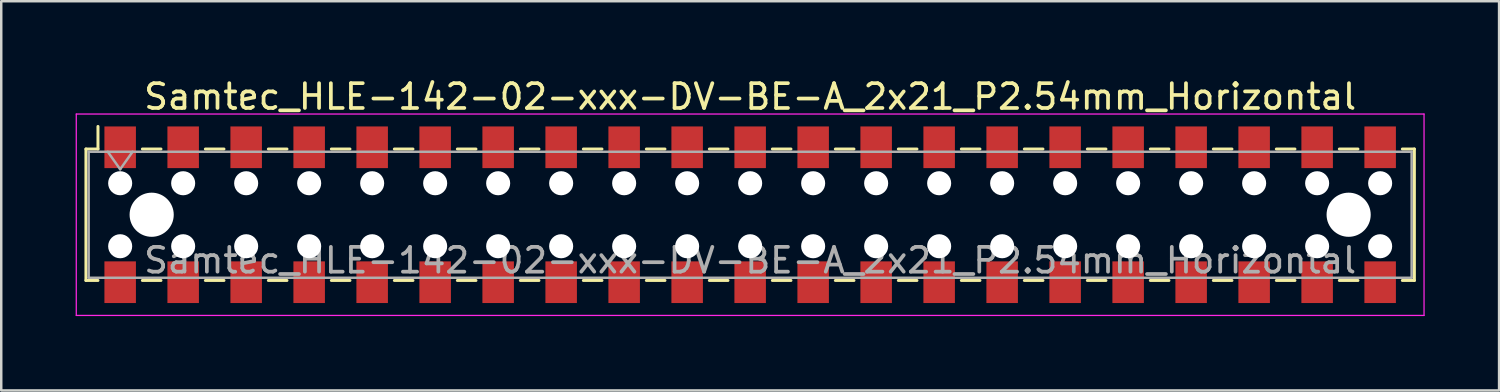
<source format=kicad_pcb>
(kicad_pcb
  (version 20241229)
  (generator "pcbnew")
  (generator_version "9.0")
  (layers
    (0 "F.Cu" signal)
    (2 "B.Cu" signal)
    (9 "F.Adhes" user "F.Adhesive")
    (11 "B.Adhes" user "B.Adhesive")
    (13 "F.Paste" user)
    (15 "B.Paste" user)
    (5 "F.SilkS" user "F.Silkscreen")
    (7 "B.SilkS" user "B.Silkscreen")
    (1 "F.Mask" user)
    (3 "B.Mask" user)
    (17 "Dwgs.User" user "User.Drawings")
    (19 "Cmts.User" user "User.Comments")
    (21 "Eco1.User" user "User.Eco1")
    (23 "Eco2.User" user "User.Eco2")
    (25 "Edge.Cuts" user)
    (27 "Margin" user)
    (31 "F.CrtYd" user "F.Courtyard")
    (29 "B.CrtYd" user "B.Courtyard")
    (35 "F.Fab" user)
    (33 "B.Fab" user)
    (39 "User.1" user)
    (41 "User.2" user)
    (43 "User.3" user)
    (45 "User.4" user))
  (footprint "Samtec_HLE-142-02-xxx-DV-BE-A_2x21_P2.54mm_Horizontal"
    (layer "F.Cu")
    (at 27.195 5.608)
    (property "Reference" "Samtec_HLE-142-02-xxx-DV-BE-A_2x21_P2.54mm_Horizontal" (at 0 -4.76 0) (layer "F.SilkS") (effects (font (size 1 1) (thickness 0.15))))
    (attr smd)
    (fp_line (start -26.78 -2.65) (end -26.78 2.65) (stroke (width 0.12) (type solid)) (layer "F.SilkS"))
    (fp_line (start -26.78 2.65) (end -26.295 2.65) (stroke (width 0.12) (type solid)) (layer "F.SilkS"))
    (fp_line (start -26.295 -3.56) (end -26.295 -2.65) (stroke (width 0.12) (type solid)) (layer "F.SilkS"))
    (fp_line (start -26.295 -2.65) (end -26.78 -2.65) (stroke (width 0.12) (type solid)) (layer "F.SilkS"))
    (fp_line (start -24.505 -2.65) (end -23.755 -2.65) (stroke (width 0.12) (type solid)) (layer "F.SilkS"))
    (fp_line (start -24.505 2.65) (end -23.755 2.65) (stroke (width 0.12) (type solid)) (layer "F.SilkS"))
    (fp_line (start -21.965 -2.65) (end -21.215 -2.65) (stroke (width 0.12) (type solid)) (layer "F.SilkS"))
    (fp_line (start -21.965 2.65) (end -21.215 2.65) (stroke (width 0.12) (type solid)) (layer "F.SilkS"))
    (fp_line (start -19.425 -2.65) (end -18.675 -2.65) (stroke (width 0.12) (type solid)) (layer "F.SilkS"))
    (fp_line (start -19.425 2.65) (end -18.675 2.65) (stroke (width 0.12) (type solid)) (layer "F.SilkS"))
    (fp_line (start -16.885 -2.65) (end -16.135 -2.65) (stroke (width 0.12) (type solid)) (layer "F.SilkS"))
    (fp_line (start -16.885 2.65) (end -16.135 2.65) (stroke (width 0.12) (type solid)) (layer "F.SilkS"))
    (fp_line (start -14.345 -2.65) (end -13.595 -2.65) (stroke (width 0.12) (type solid)) (layer "F.SilkS"))
    (fp_line (start -14.345 2.65) (end -13.595 2.65) (stroke (width 0.12) (type solid)) (layer "F.SilkS"))
    (fp_line (start -11.805 -2.65) (end -11.055 -2.65) (stroke (width 0.12) (type solid)) (layer "F.SilkS"))
    (fp_line (start -11.805 2.65) (end -11.055 2.65) (stroke (width 0.12) (type solid)) (layer "F.SilkS"))
    (fp_line (start -9.265 -2.65) (end -8.515 -2.65) (stroke (width 0.12) (type solid)) (layer "F.SilkS"))
    (fp_line (start -9.265 2.65) (end -8.515 2.65) (stroke (width 0.12) (type solid)) (layer "F.SilkS"))
    (fp_line (start -6.725 -2.65) (end -5.975 -2.65) (stroke (width 0.12) (type solid)) (layer "F.SilkS"))
    (fp_line (start -6.725 2.65) (end -5.975 2.65) (stroke (width 0.12) (type solid)) (layer "F.SilkS"))
    (fp_line (start -4.185 -2.65) (end -3.435 -2.65) (stroke (width 0.12) (type solid)) (layer "F.SilkS"))
    (fp_line (start -4.185 2.65) (end -3.435 2.65) (stroke (width 0.12) (type solid)) (layer "F.SilkS"))
    (fp_line (start -1.645 -2.65) (end -0.895 -2.65) (stroke (width 0.12) (type solid)) (layer "F.SilkS"))
    (fp_line (start -1.645 2.65) (end -0.895 2.65) (stroke (width 0.12) (type solid)) (layer "F.SilkS"))
    (fp_line (start 0.895 -2.65) (end 1.645 -2.65) (stroke (width 0.12) (type solid)) (layer "F.SilkS"))
    (fp_line (start 0.895 2.65) (end 1.645 2.65) (stroke (width 0.12) (type solid)) (layer "F.SilkS"))
    (fp_line (start 3.435 -2.65) (end 4.185 -2.65) (stroke (width 0.12) (type solid)) (layer "F.SilkS"))
    (fp_line (start 3.435 2.65) (end 4.185 2.65) (stroke (width 0.12) (type solid)) (layer "F.SilkS"))
    (fp_line (start 5.975 -2.65) (end 6.725 -2.65) (stroke (width 0.12) (type solid)) (layer "F.SilkS"))
    (fp_line (start 5.975 2.65) (end 6.725 2.65) (stroke (width 0.12) (type solid)) (layer "F.SilkS"))
    (fp_line (start 8.515 -2.65) (end 9.265 -2.65) (stroke (width 0.12) (type solid)) (layer "F.SilkS"))
    (fp_line (start 8.515 2.65) (end 9.265 2.65) (stroke (width 0.12) (type solid)) (layer "F.SilkS"))
    (fp_line (start 11.055 -2.65) (end 11.805 -2.65) (stroke (width 0.12) (type solid)) (layer "F.SilkS"))
    (fp_line (start 11.055 2.65) (end 11.805 2.65) (stroke (width 0.12) (type solid)) (layer "F.SilkS"))
    (fp_line (start 13.595 -2.65) (end 14.345 -2.65) (stroke (width 0.12) (type solid)) (layer "F.SilkS"))
    (fp_line (start 13.595 2.65) (end 14.345 2.65) (stroke (width 0.12) (type solid)) (layer "F.SilkS"))
    (fp_line (start 16.135 -2.65) (end 16.885 -2.65) (stroke (width 0.12) (type solid)) (layer "F.SilkS"))
    (fp_line (start 16.135 2.65) (end 16.885 2.65) (stroke (width 0.12) (type solid)) (layer "F.SilkS"))
    (fp_line (start 18.675 -2.65) (end 19.425 -2.65) (stroke (width 0.12) (type solid)) (layer "F.SilkS"))
    (fp_line (start 18.675 2.65) (end 19.425 2.65) (stroke (width 0.12) (type solid)) (layer "F.SilkS"))
    (fp_line (start 21.215 -2.65) (end 21.965 -2.65) (stroke (width 0.12) (type solid)) (layer "F.SilkS"))
    (fp_line (start 21.215 2.65) (end 21.965 2.65) (stroke (width 0.12) (type solid)) (layer "F.SilkS"))
    (fp_line (start 23.755 -2.65) (end 24.505 -2.65) (stroke (width 0.12) (type solid)) (layer "F.SilkS"))
    (fp_line (start 23.755 2.65) (end 24.505 2.65) (stroke (width 0.12) (type solid)) (layer "F.SilkS"))
    (fp_line (start 26.295 -2.65) (end 26.78 -2.65) (stroke (width 0.12) (type solid)) (layer "F.SilkS"))
    (fp_line (start 26.78 -2.65) (end 26.78 2.65) (stroke (width 0.12) (type solid)) (layer "F.SilkS"))
    (fp_line (start 26.78 2.65) (end 26.295 2.65) (stroke (width 0.12) (type solid)) (layer "F.SilkS"))
    (fp_line (start -27.17 -4.06) (end 27.17 -4.06) (stroke (width 0.05) (type solid)) (layer "F.CrtYd"))
    (fp_line (start -27.17 4.06) (end -27.17 -4.06) (stroke (width 0.05) (type solid)) (layer "F.CrtYd"))
    (fp_line (start 27.17 -4.06) (end 27.17 4.06) (stroke (width 0.05) (type solid)) (layer "F.CrtYd"))
    (fp_line (start 27.17 4.06) (end -27.17 4.06) (stroke (width 0.05) (type solid)) (layer "F.CrtYd"))
    (fp_line (start -26.67 -2.54) (end 26.67 -2.54) (stroke (width 0.1) (type solid)) (layer "F.Fab"))
    (fp_line (start -26.67 2.54) (end -26.67 -2.54) (stroke (width 0.1) (type solid)) (layer "F.Fab"))
    (fp_line (start -25.9 -2.54) (end -25.4 -1.833) (stroke (width 0.1) (type solid)) (layer "F.Fab"))
    (fp_line (start -25.4 -1.833) (end -24.9 -2.54) (stroke (width 0.1) (type solid)) (layer "F.Fab"))
    (fp_line (start 26.67 -2.54) (end 26.67 2.54) (stroke (width 0.1) (type solid)) (layer "F.Fab"))
    (fp_line (start 26.67 2.54) (end -26.67 2.54) (stroke (width 0.1) (type solid)) (layer "F.Fab"))
    (fp_text user "${REFERENCE}" (at 0 1.84 0) (layer "F.Fab") (effects (font (size 1 1) (thickness 0.15))))
    (pad "" np_thru_hole circle (at -25.4 -1.27) (size 0.97 0.97) (drill 0.97) (layers "*.Cu" "*.Mask"))
    (pad "" np_thru_hole circle (at -25.4 1.27) (size 0.97 0.97) (drill 0.97) (layers "*.Cu" "*.Mask"))
    (pad "" np_thru_hole circle (at -24.13 0) (size 1.78 1.78) (drill 1.78) (layers "*.Cu" "*.Mask"))
    (pad "" np_thru_hole circle (at -22.86 -1.27) (size 0.97 0.97) (drill 0.97) (layers "*.Cu" "*.Mask"))
    (pad "" np_thru_hole circle (at -22.86 1.27) (size 0.97 0.97) (drill 0.97) (layers "*.Cu" "*.Mask"))
    (pad "" np_thru_hole circle (at -20.32 -1.27) (size 0.97 0.97) (drill 0.97) (layers "*.Cu" "*.Mask"))
    (pad "" np_thru_hole circle (at -20.32 1.27) (size 0.97 0.97) (drill 0.97) (layers "*.Cu" "*.Mask"))
    (pad "" np_thru_hole circle (at -17.78 -1.27) (size 0.97 0.97) (drill 0.97) (layers "*.Cu" "*.Mask"))
    (pad "" np_thru_hole circle (at -17.78 1.27) (size 0.97 0.97) (drill 0.97) (layers "*.Cu" "*.Mask"))
    (pad "" np_thru_hole circle (at -15.24 -1.27) (size 0.97 0.97) (drill 0.97) (layers "*.Cu" "*.Mask"))
    (pad "" np_thru_hole circle (at -15.24 1.27) (size 0.97 0.97) (drill 0.97) (layers "*.Cu" "*.Mask"))
    (pad "" np_thru_hole circle (at -12.7 -1.27) (size 0.97 0.97) (drill 0.97) (layers "*.Cu" "*.Mask"))
    (pad "" np_thru_hole circle (at -12.7 1.27) (size 0.97 0.97) (drill 0.97) (layers "*.Cu" "*.Mask"))
    (pad "" np_thru_hole circle (at -10.16 -1.27) (size 0.97 0.97) (drill 0.97) (layers "*.Cu" "*.Mask"))
    (pad "" np_thru_hole circle (at -10.16 1.27) (size 0.97 0.97) (drill 0.97) (layers "*.Cu" "*.Mask"))
    (pad "" np_thru_hole circle (at -7.62 -1.27) (size 0.97 0.97) (drill 0.97) (layers "*.Cu" "*.Mask"))
    (pad "" np_thru_hole circle (at -7.62 1.27) (size 0.97 0.97) (drill 0.97) (layers "*.Cu" "*.Mask"))
    (pad "" np_thru_hole circle (at -5.08 -1.27) (size 0.97 0.97) (drill 0.97) (layers "*.Cu" "*.Mask"))
    (pad "" np_thru_hole circle (at -5.08 1.27) (size 0.97 0.97) (drill 0.97) (layers "*.Cu" "*.Mask"))
    (pad "" np_thru_hole circle (at -2.54 -1.27) (size 0.97 0.97) (drill 0.97) (layers "*.Cu" "*.Mask"))
    (pad "" np_thru_hole circle (at -2.54 1.27) (size 0.97 0.97) (drill 0.97) (layers "*.Cu" "*.Mask"))
    (pad "" np_thru_hole circle (at 0 -1.27) (size 0.97 0.97) (drill 0.97) (layers "*.Cu" "*.Mask"))
    (pad "" np_thru_hole circle (at 0 1.27) (size 0.97 0.97) (drill 0.97) (layers "*.Cu" "*.Mask"))
    (pad "" np_thru_hole circle (at 2.54 -1.27) (size 0.97 0.97) (drill 0.97) (layers "*.Cu" "*.Mask"))
    (pad "" np_thru_hole circle (at 2.54 1.27) (size 0.97 0.97) (drill 0.97) (layers "*.Cu" "*.Mask"))
    (pad "" np_thru_hole circle (at 5.08 -1.27) (size 0.97 0.97) (drill 0.97) (layers "*.Cu" "*.Mask"))
    (pad "" np_thru_hole circle (at 5.08 1.27) (size 0.97 0.97) (drill 0.97) (layers "*.Cu" "*.Mask"))
    (pad "" np_thru_hole circle (at 7.62 -1.27) (size 0.97 0.97) (drill 0.97) (layers "*.Cu" "*.Mask"))
    (pad "" np_thru_hole circle (at 7.62 1.27) (size 0.97 0.97) (drill 0.97) (layers "*.Cu" "*.Mask"))
    (pad "" np_thru_hole circle (at 10.16 -1.27) (size 0.97 0.97) (drill 0.97) (layers "*.Cu" "*.Mask"))
    (pad "" np_thru_hole circle (at 10.16 1.27) (size 0.97 0.97) (drill 0.97) (layers "*.Cu" "*.Mask"))
    (pad "" np_thru_hole circle (at 12.7 -1.27) (size 0.97 0.97) (drill 0.97) (layers "*.Cu" "*.Mask"))
    (pad "" np_thru_hole circle (at 12.7 1.27) (size 0.97 0.97) (drill 0.97) (layers "*.Cu" "*.Mask"))
    (pad "" np_thru_hole circle (at 15.24 -1.27) (size 0.97 0.97) (drill 0.97) (layers "*.Cu" "*.Mask"))
    (pad "" np_thru_hole circle (at 15.24 1.27) (size 0.97 0.97) (drill 0.97) (layers "*.Cu" "*.Mask"))
    (pad "" np_thru_hole circle (at 17.78 -1.27) (size 0.97 0.97) (drill 0.97) (layers "*.Cu" "*.Mask"))
    (pad "" np_thru_hole circle (at 17.78 1.27) (size 0.97 0.97) (drill 0.97) (layers "*.Cu" "*.Mask"))
    (pad "" np_thru_hole circle (at 20.32 -1.27) (size 0.97 0.97) (drill 0.97) (layers "*.Cu" "*.Mask"))
    (pad "" np_thru_hole circle (at 20.32 1.27) (size 0.97 0.97) (drill 0.97) (layers "*.Cu" "*.Mask"))
    (pad "" np_thru_hole circle (at 22.86 -1.27) (size 0.97 0.97) (drill 0.97) (layers "*.Cu" "*.Mask"))
    (pad "" np_thru_hole circle (at 22.86 1.27) (size 0.97 0.97) (drill 0.97) (layers "*.Cu" "*.Mask"))
    (pad "" np_thru_hole circle (at 24.13 0) (size 1.78 1.78) (drill 1.78) (layers "*.Cu" "*.Mask"))
    (pad "" np_thru_hole circle (at 25.4 -1.27) (size 0.97 0.97) (drill 0.97) (layers "*.Cu" "*.Mask"))
    (pad "" np_thru_hole circle (at 25.4 1.27) (size 0.97 0.97) (drill 0.97) (layers "*.Cu" "*.Mask"))
    (pad "1" smd rect (at -25.4 -2.72) (size 1.27 1.68) (layers "F.Cu" "F.Mask" "F.Paste"))
    (pad "2" smd rect (at -25.4 2.72) (size 1.27 1.68) (layers "F.Cu" "F.Mask" "F.Paste"))
    (pad "3" smd rect (at -22.86 -2.72) (size 1.27 1.68) (layers "F.Cu" "F.Mask" "F.Paste"))
    (pad "4" smd rect (at -22.86 2.72) (size 1.27 1.68) (layers "F.Cu" "F.Mask" "F.Paste"))
    (pad "5" smd rect (at -20.32 -2.72) (size 1.27 1.68) (layers "F.Cu" "F.Mask" "F.Paste"))
    (pad "6" smd rect (at -20.32 2.72) (size 1.27 1.68) (layers "F.Cu" "F.Mask" "F.Paste"))
    (pad "7" smd rect (at -17.78 -2.72) (size 1.27 1.68) (layers "F.Cu" "F.Mask" "F.Paste"))
    (pad "8" smd rect (at -17.78 2.72) (size 1.27 1.68) (layers "F.Cu" "F.Mask" "F.Paste"))
    (pad "9" smd rect (at -15.24 -2.72) (size 1.27 1.68) (layers "F.Cu" "F.Mask" "F.Paste"))
    (pad "10" smd rect (at -15.24 2.72) (size 1.27 1.68) (layers "F.Cu" "F.Mask" "F.Paste"))
    (pad "11" smd rect (at -12.7 -2.72) (size 1.27 1.68) (layers "F.Cu" "F.Mask" "F.Paste"))
    (pad "12" smd rect (at -12.7 2.72) (size 1.27 1.68) (layers "F.Cu" "F.Mask" "F.Paste"))
    (pad "13" smd rect (at -10.16 -2.72) (size 1.27 1.68) (layers "F.Cu" "F.Mask" "F.Paste"))
    (pad "14" smd rect (at -10.16 2.72) (size 1.27 1.68) (layers "F.Cu" "F.Mask" "F.Paste"))
    (pad "15" smd rect (at -7.62 -2.72) (size 1.27 1.68) (layers "F.Cu" "F.Mask" "F.Paste"))
    (pad "16" smd rect (at -7.62 2.72) (size 1.27 1.68) (layers "F.Cu" "F.Mask" "F.Paste"))
    (pad "17" smd rect (at -5.08 -2.72) (size 1.27 1.68) (layers "F.Cu" "F.Mask" "F.Paste"))
    (pad "18" smd rect (at -5.08 2.72) (size 1.27 1.68) (layers "F.Cu" "F.Mask" "F.Paste"))
    (pad "19" smd rect (at -2.54 -2.72) (size 1.27 1.68) (layers "F.Cu" "F.Mask" "F.Paste"))
    (pad "20" smd rect (at -2.54 2.72) (size 1.27 1.68) (layers "F.Cu" "F.Mask" "F.Paste"))
    (pad "21" smd rect (at 0 -2.72) (size 1.27 1.68) (layers "F.Cu" "F.Mask" "F.Paste"))
    (pad "22" smd rect (at 0 2.72) (size 1.27 1.68) (layers "F.Cu" "F.Mask" "F.Paste"))
    (pad "23" smd rect (at 2.54 -2.72) (size 1.27 1.68) (layers "F.Cu" "F.Mask" "F.Paste"))
    (pad "24" smd rect (at 2.54 2.72) (size 1.27 1.68) (layers "F.Cu" "F.Mask" "F.Paste"))
    (pad "25" smd rect (at 5.08 -2.72) (size 1.27 1.68) (layers "F.Cu" "F.Mask" "F.Paste"))
    (pad "26" smd rect (at 5.08 2.72) (size 1.27 1.68) (layers "F.Cu" "F.Mask" "F.Paste"))
    (pad "27" smd rect (at 7.62 -2.72) (size 1.27 1.68) (layers "F.Cu" "F.Mask" "F.Paste"))
    (pad "28" smd rect (at 7.62 2.72) (size 1.27 1.68) (layers "F.Cu" "F.Mask" "F.Paste"))
    (pad "29" smd rect (at 10.16 -2.72) (size 1.27 1.68) (layers "F.Cu" "F.Mask" "F.Paste"))
    (pad "30" smd rect (at 10.16 2.72) (size 1.27 1.68) (layers "F.Cu" "F.Mask" "F.Paste"))
    (pad "31" smd rect (at 12.7 -2.72) (size 1.27 1.68) (layers "F.Cu" "F.Mask" "F.Paste"))
    (pad "32" smd rect (at 12.7 2.72) (size 1.27 1.68) (layers "F.Cu" "F.Mask" "F.Paste"))
    (pad "33" smd rect (at 15.24 -2.72) (size 1.27 1.68) (layers "F.Cu" "F.Mask" "F.Paste"))
    (pad "34" smd rect (at 15.24 2.72) (size 1.27 1.68) (layers "F.Cu" "F.Mask" "F.Paste"))
    (pad "35" smd rect (at 17.78 -2.72) (size 1.27 1.68) (layers "F.Cu" "F.Mask" "F.Paste"))
    (pad "36" smd rect (at 17.78 2.72) (size 1.27 1.68) (layers "F.Cu" "F.Mask" "F.Paste"))
    (pad "37" smd rect (at 20.32 -2.72) (size 1.27 1.68) (layers "F.Cu" "F.Mask" "F.Paste"))
    (pad "38" smd rect (at 20.32 2.72) (size 1.27 1.68) (layers "F.Cu" "F.Mask" "F.Paste"))
    (pad "39" smd rect (at 22.86 -2.72) (size 1.27 1.68) (layers "F.Cu" "F.Mask" "F.Paste"))
    (pad "40" smd rect (at 22.86 2.72) (size 1.27 1.68) (layers "F.Cu" "F.Mask" "F.Paste"))
    (pad "41" smd rect (at 25.4 -2.72) (size 1.27 1.68) (layers "F.Cu" "F.Mask" "F.Paste"))
    (pad "42" smd rect (at 25.4 2.72) (size 1.27 1.68) (layers "F.Cu" "F.Mask" "F.Paste")))
  (gr_rect
    (start -3 -3)
    (end 57.39 12.693)
    (stroke (width 0.1) (type default))
    (fill no)
    (layer "Edge.Cuts")))
</source>
